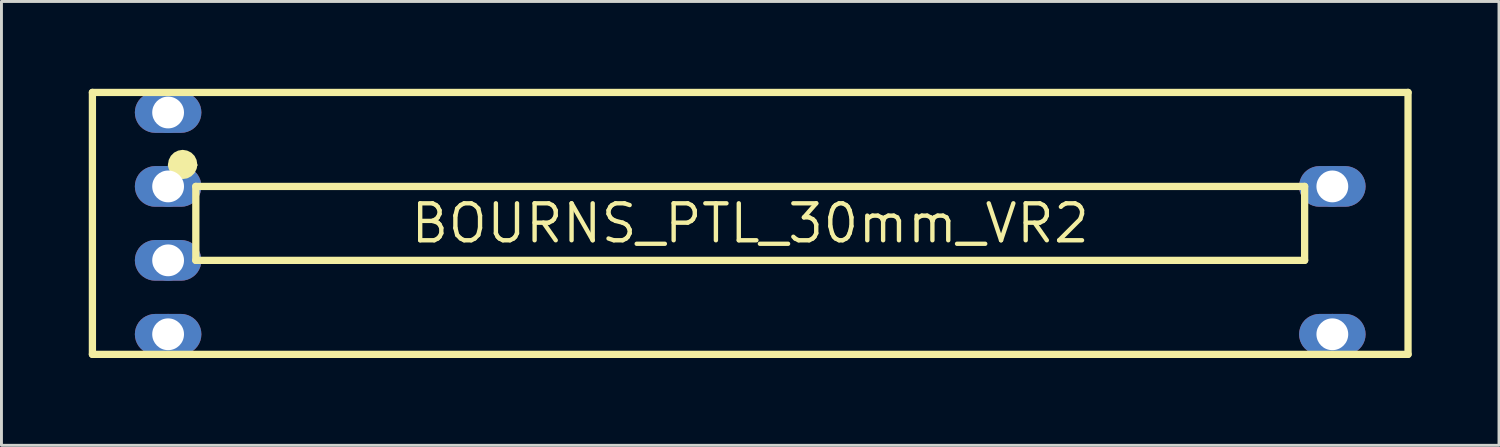
<source format=kicad_pcb>
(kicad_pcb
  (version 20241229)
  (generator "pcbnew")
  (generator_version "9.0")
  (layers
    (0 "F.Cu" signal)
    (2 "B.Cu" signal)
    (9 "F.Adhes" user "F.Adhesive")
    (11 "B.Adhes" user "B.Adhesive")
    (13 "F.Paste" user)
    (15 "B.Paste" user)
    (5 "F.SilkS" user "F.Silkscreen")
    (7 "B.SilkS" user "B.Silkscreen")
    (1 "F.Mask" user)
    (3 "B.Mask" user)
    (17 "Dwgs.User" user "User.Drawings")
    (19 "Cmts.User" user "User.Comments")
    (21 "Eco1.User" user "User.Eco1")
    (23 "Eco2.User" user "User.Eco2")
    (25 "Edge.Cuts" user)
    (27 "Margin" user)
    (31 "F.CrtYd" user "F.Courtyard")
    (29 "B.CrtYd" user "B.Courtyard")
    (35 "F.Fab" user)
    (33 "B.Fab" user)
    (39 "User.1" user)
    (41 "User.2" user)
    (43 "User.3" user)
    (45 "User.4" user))
  (footprint "BOURNS_PTL_30mm_VR2"
    (layer "F.Cu")
    (at 22.726 4.625)
    (property "Reference" "BOURNS_PTL_30mm_VR2" (at 0 0 0) (layer "F.SilkS") (effects (font (size 1.27 1.27) (thickness 0.15))))
    (fp_poly (pts (xy -19.446 -4.5) (xy -19.34 -4.474) (xy -19.239 -4.432) (xy -19.145 -4.375) (xy -19.061 -4.304) (xy -18.99 -4.221) (xy -18.933 -4.127) (xy -18.891 -4.026) (xy -18.866 -3.919) (xy -18.857 -3.81) (xy -18.866 -3.701) (xy -18.891 -3.594) (xy -18.933 -3.493) (xy -18.99 -3.399) (xy -19.061 -3.316) (xy -19.145 -3.245) (xy -19.239 -3.188) (xy -19.34 -3.146) (xy -19.446 -3.12) (xy -19.556 -3.111) (xy -20.444 -3.111) (xy -20.554 -3.12) (xy -20.66 -3.146) (xy -20.761 -3.188) (xy -20.855 -3.245) (xy -20.939 -3.316) (xy -21.01 -3.399) (xy -21.067 -3.493) (xy -21.109 -3.594) (xy -21.134 -3.701) (xy -21.143 -3.81) (xy -21.134 -3.919) (xy -21.109 -4.026) (xy -21.067 -4.127) (xy -21.01 -4.221) (xy -20.939 -4.304) (xy -20.855 -4.375) (xy -20.761 -4.432) (xy -20.66 -4.474) (xy -20.554 -4.5) (xy -20.444 -4.508) (xy -19.556 -4.508)) (stroke (width 0) (type default)) (fill yes) (layer "F.Cu"))
    (fp_poly (pts (xy -19.446 -1.96) (xy -19.34 -1.934) (xy -19.239 -1.892) (xy -19.145 -1.835) (xy -19.061 -1.764) (xy -18.99 -1.681) (xy -18.933 -1.587) (xy -18.891 -1.486) (xy -18.866 -1.379) (xy -18.857 -1.27) (xy -18.866 -1.161) (xy -18.891 -1.054) (xy -18.933 -0.953) (xy -18.99 -0.859) (xy -19.061 -0.776) (xy -19.145 -0.705) (xy -19.239 -0.648) (xy -19.34 -0.606) (xy -19.446 -0.58) (xy -19.556 -0.571) (xy -20.444 -0.571) (xy -20.554 -0.58) (xy -20.66 -0.606) (xy -20.761 -0.648) (xy -20.855 -0.705) (xy -20.939 -0.776) (xy -21.01 -0.859) (xy -21.067 -0.953) (xy -21.109 -1.054) (xy -21.134 -1.161) (xy -21.143 -1.27) (xy -21.134 -1.379) (xy -21.109 -1.486) (xy -21.067 -1.587) (xy -21.01 -1.681) (xy -20.939 -1.764) (xy -20.855 -1.835) (xy -20.761 -1.892) (xy -20.66 -1.934) (xy -20.554 -1.96) (xy -20.444 -1.969) (xy -19.556 -1.969)) (stroke (width 0) (type default)) (fill yes) (layer "F.Cu"))
    (fp_poly (pts (xy -19.446 0.58) (xy -19.34 0.606) (xy -19.239 0.648) (xy -19.145 0.705) (xy -19.061 0.776) (xy -18.99 0.859) (xy -18.933 0.953) (xy -18.891 1.054) (xy -18.866 1.161) (xy -18.857 1.27) (xy -18.866 1.379) (xy -18.891 1.486) (xy -18.933 1.587) (xy -18.99 1.681) (xy -19.061 1.764) (xy -19.145 1.835) (xy -19.239 1.892) (xy -19.34 1.934) (xy -19.446 1.96) (xy -19.556 1.969) (xy -20.444 1.969) (xy -20.554 1.96) (xy -20.66 1.934) (xy -20.761 1.892) (xy -20.855 1.835) (xy -20.939 1.764) (xy -21.01 1.681) (xy -21.067 1.587) (xy -21.109 1.486) (xy -21.134 1.379) (xy -21.143 1.27) (xy -21.134 1.161) (xy -21.109 1.054) (xy -21.067 0.953) (xy -21.01 0.859) (xy -20.939 0.776) (xy -20.855 0.705) (xy -20.761 0.648) (xy -20.66 0.606) (xy -20.554 0.58) (xy -20.444 0.571) (xy -19.556 0.571)) (stroke (width 0) (type default)) (fill yes) (layer "F.Cu"))
    (fp_poly (pts (xy -19.446 3.12) (xy -19.34 3.146) (xy -19.239 3.188) (xy -19.145 3.245) (xy -19.061 3.316) (xy -18.99 3.399) (xy -18.933 3.493) (xy -18.891 3.594) (xy -18.866 3.701) (xy -18.857 3.81) (xy -18.866 3.919) (xy -18.891 4.026) (xy -18.933 4.127) (xy -18.99 4.221) (xy -19.061 4.304) (xy -19.145 4.375) (xy -19.239 4.432) (xy -19.34 4.474) (xy -19.446 4.5) (xy -19.556 4.508) (xy -20.444 4.508) (xy -20.554 4.5) (xy -20.66 4.474) (xy -20.761 4.432) (xy -20.855 4.375) (xy -20.939 4.304) (xy -21.01 4.221) (xy -21.067 4.127) (xy -21.109 4.026) (xy -21.134 3.919) (xy -21.143 3.81) (xy -21.134 3.701) (xy -21.109 3.594) (xy -21.067 3.493) (xy -21.01 3.399) (xy -20.939 3.316) (xy -20.855 3.245) (xy -20.761 3.188) (xy -20.66 3.146) (xy -20.554 3.12) (xy -20.444 3.111) (xy -19.556 3.111)) (stroke (width 0) (type default)) (fill yes) (layer "F.Cu"))
    (fp_poly (pts (xy 20.554 -1.96) (xy 20.66 -1.934) (xy 20.761 -1.892) (xy 20.855 -1.835) (xy 20.939 -1.764) (xy 21.01 -1.681) (xy 21.067 -1.587) (xy 21.109 -1.486) (xy 21.134 -1.379) (xy 21.143 -1.27) (xy 21.134 -1.161) (xy 21.109 -1.054) (xy 21.067 -0.953) (xy 21.01 -0.859) (xy 20.939 -0.776) (xy 20.855 -0.705) (xy 20.761 -0.648) (xy 20.66 -0.606) (xy 20.554 -0.58) (xy 20.444 -0.571) (xy 19.556 -0.571) (xy 19.446 -0.58) (xy 19.34 -0.606) (xy 19.239 -0.648) (xy 19.145 -0.705) (xy 19.061 -0.776) (xy 18.99 -0.859) (xy 18.933 -0.953) (xy 18.891 -1.054) (xy 18.866 -1.161) (xy 18.857 -1.27) (xy 18.866 -1.379) (xy 18.891 -1.486) (xy 18.933 -1.587) (xy 18.99 -1.681) (xy 19.061 -1.764) (xy 19.145 -1.835) (xy 19.239 -1.892) (xy 19.34 -1.934) (xy 19.446 -1.96) (xy 19.556 -1.969) (xy 20.444 -1.969)) (stroke (width 0) (type default)) (fill yes) (layer "F.Cu"))
    (fp_poly (pts (xy 20.554 3.12) (xy 20.66 3.146) (xy 20.761 3.188) (xy 20.855 3.245) (xy 20.939 3.316) (xy 21.01 3.399) (xy 21.067 3.493) (xy 21.109 3.594) (xy 21.134 3.701) (xy 21.143 3.81) (xy 21.134 3.919) (xy 21.109 4.026) (xy 21.067 4.127) (xy 21.01 4.221) (xy 20.939 4.304) (xy 20.855 4.375) (xy 20.761 4.432) (xy 20.66 4.474) (xy 20.554 4.5) (xy 20.444 4.508) (xy 19.556 4.508) (xy 19.446 4.5) (xy 19.34 4.474) (xy 19.239 4.432) (xy 19.145 4.375) (xy 19.061 4.304) (xy 18.99 4.221) (xy 18.933 4.127) (xy 18.891 4.026) (xy 18.866 3.919) (xy 18.857 3.81) (xy 18.866 3.701) (xy 18.891 3.594) (xy 18.933 3.493) (xy 18.99 3.399) (xy 19.061 3.316) (xy 19.145 3.245) (xy 19.239 3.188) (xy 19.34 3.146) (xy 19.446 3.12) (xy 19.556 3.111) (xy 20.444 3.111)) (stroke (width 0) (type default)) (fill yes) (layer "F.Cu"))
    (fp_poly (pts (xy -19.43 -4.601) (xy -19.308 -4.572) (xy -19.192 -4.524) (xy -19.084 -4.458) (xy -18.989 -4.377) (xy -18.907 -4.281) (xy -18.842 -4.173) (xy -18.794 -4.057) (xy -18.764 -3.935) (xy -18.754 -3.81) (xy -18.764 -3.685) (xy -18.794 -3.563) (xy -18.842 -3.447) (xy -18.907 -3.339) (xy -18.989 -3.243) (xy -19.084 -3.162) (xy -19.192 -3.096) (xy -19.308 -3.048) (xy -19.43 -3.019) (xy -19.556 -3.009) (xy -20.444 -3.009) (xy -20.57 -3.019) (xy -20.692 -3.048) (xy -20.808 -3.096) (xy -20.916 -3.162) (xy -21.011 -3.243) (xy -21.093 -3.339) (xy -21.158 -3.447) (xy -21.206 -3.563) (xy -21.236 -3.685) (xy -21.246 -3.81) (xy -21.236 -3.935) (xy -21.206 -4.057) (xy -21.158 -4.173) (xy -21.093 -4.281) (xy -21.011 -4.377) (xy -20.916 -4.458) (xy -20.808 -4.524) (xy -20.692 -4.572) (xy -20.57 -4.601) (xy -20.444 -4.611) (xy -19.556 -4.611)) (stroke (width 0) (type default)) (fill yes) (layer "F.Mask"))
    (fp_poly (pts (xy -19.43 -2.061) (xy -19.308 -2.032) (xy -19.192 -1.984) (xy -19.084 -1.918) (xy -18.989 -1.837) (xy -18.907 -1.741) (xy -18.842 -1.633) (xy -18.794 -1.517) (xy -18.764 -1.395) (xy -18.754 -1.27) (xy -18.764 -1.145) (xy -18.794 -1.023) (xy -18.842 -0.907) (xy -18.907 -0.799) (xy -18.989 -0.703) (xy -19.084 -0.622) (xy -19.192 -0.556) (xy -19.308 -0.508) (xy -19.43 -0.479) (xy -19.556 -0.469) (xy -20.444 -0.469) (xy -20.57 -0.479) (xy -20.692 -0.508) (xy -20.808 -0.556) (xy -20.916 -0.622) (xy -21.011 -0.703) (xy -21.093 -0.799) (xy -21.158 -0.907) (xy -21.206 -1.023) (xy -21.236 -1.145) (xy -21.246 -1.27) (xy -21.236 -1.395) (xy -21.206 -1.517) (xy -21.158 -1.633) (xy -21.093 -1.741) (xy -21.011 -1.837) (xy -20.916 -1.918) (xy -20.808 -1.984) (xy -20.692 -2.032) (xy -20.57 -2.061) (xy -20.444 -2.071) (xy -19.556 -2.071)) (stroke (width 0) (type default)) (fill yes) (layer "F.Mask"))
    (fp_poly (pts (xy -19.43 0.479) (xy -19.308 0.508) (xy -19.192 0.556) (xy -19.084 0.622) (xy -18.989 0.703) (xy -18.907 0.799) (xy -18.842 0.907) (xy -18.794 1.023) (xy -18.764 1.145) (xy -18.754 1.27) (xy -18.764 1.395) (xy -18.794 1.517) (xy -18.842 1.633) (xy -18.907 1.741) (xy -18.989 1.837) (xy -19.084 1.918) (xy -19.192 1.984) (xy -19.308 2.032) (xy -19.43 2.061) (xy -19.556 2.071) (xy -20.444 2.071) (xy -20.57 2.061) (xy -20.692 2.032) (xy -20.808 1.984) (xy -20.916 1.918) (xy -21.011 1.837) (xy -21.093 1.741) (xy -21.158 1.633) (xy -21.206 1.517) (xy -21.236 1.395) (xy -21.246 1.27) (xy -21.236 1.145) (xy -21.206 1.023) (xy -21.158 0.907) (xy -21.093 0.799) (xy -21.011 0.703) (xy -20.916 0.622) (xy -20.808 0.556) (xy -20.692 0.508) (xy -20.57 0.479) (xy -20.444 0.469) (xy -19.556 0.469)) (stroke (width 0) (type default)) (fill yes) (layer "F.Mask"))
    (fp_poly (pts (xy -19.43 3.019) (xy -19.308 3.048) (xy -19.192 3.096) (xy -19.084 3.162) (xy -18.989 3.243) (xy -18.907 3.339) (xy -18.842 3.447) (xy -18.794 3.563) (xy -18.764 3.685) (xy -18.754 3.81) (xy -18.764 3.935) (xy -18.794 4.057) (xy -18.842 4.173) (xy -18.907 4.281) (xy -18.989 4.377) (xy -19.084 4.458) (xy -19.192 4.524) (xy -19.308 4.572) (xy -19.43 4.601) (xy -19.556 4.611) (xy -20.444 4.611) (xy -20.57 4.601) (xy -20.692 4.572) (xy -20.808 4.524) (xy -20.916 4.458) (xy -21.011 4.377) (xy -21.093 4.281) (xy -21.158 4.173) (xy -21.206 4.057) (xy -21.236 3.935) (xy -21.246 3.81) (xy -21.236 3.685) (xy -21.206 3.563) (xy -21.158 3.447) (xy -21.093 3.339) (xy -21.011 3.243) (xy -20.916 3.162) (xy -20.808 3.096) (xy -20.692 3.048) (xy -20.57 3.019) (xy -20.444 3.009) (xy -19.556 3.009)) (stroke (width 0) (type default)) (fill yes) (layer "F.Mask"))
    (fp_poly (pts (xy 20.57 -2.061) (xy 20.692 -2.032) (xy 20.808 -1.984) (xy 20.916 -1.918) (xy 21.011 -1.837) (xy 21.093 -1.741) (xy 21.158 -1.633) (xy 21.206 -1.517) (xy 21.236 -1.395) (xy 21.246 -1.27) (xy 21.236 -1.145) (xy 21.206 -1.023) (xy 21.158 -0.907) (xy 21.093 -0.799) (xy 21.011 -0.703) (xy 20.916 -0.622) (xy 20.808 -0.556) (xy 20.692 -0.508) (xy 20.57 -0.479) (xy 20.444 -0.469) (xy 19.556 -0.469) (xy 19.43 -0.479) (xy 19.308 -0.508) (xy 19.192 -0.556) (xy 19.084 -0.622) (xy 18.989 -0.703) (xy 18.907 -0.799) (xy 18.842 -0.907) (xy 18.794 -1.023) (xy 18.764 -1.145) (xy 18.754 -1.27) (xy 18.764 -1.395) (xy 18.794 -1.517) (xy 18.842 -1.633) (xy 18.907 -1.741) (xy 18.989 -1.837) (xy 19.084 -1.918) (xy 19.192 -1.984) (xy 19.308 -2.032) (xy 19.43 -2.061) (xy 19.556 -2.071) (xy 20.444 -2.071)) (stroke (width 0) (type default)) (fill yes) (layer "F.Mask"))
    (fp_poly (pts (xy 20.57 3.019) (xy 20.692 3.048) (xy 20.808 3.096) (xy 20.916 3.162) (xy 21.011 3.243) (xy 21.093 3.339) (xy 21.158 3.447) (xy 21.206 3.563) (xy 21.236 3.685) (xy 21.246 3.81) (xy 21.236 3.935) (xy 21.206 4.057) (xy 21.158 4.173) (xy 21.093 4.281) (xy 21.011 4.377) (xy 20.916 4.458) (xy 20.808 4.524) (xy 20.692 4.572) (xy 20.57 4.601) (xy 20.444 4.611) (xy 19.556 4.611) (xy 19.43 4.601) (xy 19.308 4.572) (xy 19.192 4.524) (xy 19.084 4.458) (xy 18.989 4.377) (xy 18.907 4.281) (xy 18.842 4.173) (xy 18.794 4.057) (xy 18.764 3.935) (xy 18.754 3.81) (xy 18.764 3.685) (xy 18.794 3.563) (xy 18.842 3.447) (xy 18.907 3.339) (xy 18.989 3.243) (xy 19.084 3.162) (xy 19.192 3.096) (xy 19.308 3.048) (xy 19.43 3.019) (xy 19.556 3.009) (xy 20.444 3.009)) (stroke (width 0) (type default)) (fill yes) (layer "F.Mask"))
    (fp_poly (pts (xy -19.446 -4.5) (xy -19.34 -4.474) (xy -19.239 -4.432) (xy -19.145 -4.375) (xy -19.061 -4.304) (xy -18.99 -4.221) (xy -18.933 -4.127) (xy -18.891 -4.026) (xy -18.866 -3.919) (xy -18.857 -3.81) (xy -18.866 -3.701) (xy -18.891 -3.594) (xy -18.933 -3.493) (xy -18.99 -3.399) (xy -19.061 -3.316) (xy -19.145 -3.245) (xy -19.239 -3.188) (xy -19.34 -3.146) (xy -19.446 -3.12) (xy -19.556 -3.111) (xy -20.444 -3.111) (xy -20.554 -3.12) (xy -20.66 -3.146) (xy -20.761 -3.188) (xy -20.855 -3.245) (xy -20.939 -3.316) (xy -21.01 -3.399) (xy -21.067 -3.493) (xy -21.109 -3.594) (xy -21.134 -3.701) (xy -21.143 -3.81) (xy -21.134 -3.919) (xy -21.109 -4.026) (xy -21.067 -4.127) (xy -21.01 -4.221) (xy -20.939 -4.304) (xy -20.855 -4.375) (xy -20.761 -4.432) (xy -20.66 -4.474) (xy -20.554 -4.5) (xy -20.444 -4.508) (xy -19.556 -4.508)) (stroke (width 0) (type default)) (fill yes) (layer "B.Cu"))
    (fp_poly (pts (xy -19.446 -1.96) (xy -19.34 -1.934) (xy -19.239 -1.892) (xy -19.145 -1.835) (xy -19.061 -1.764) (xy -18.99 -1.681) (xy -18.933 -1.587) (xy -18.891 -1.486) (xy -18.866 -1.379) (xy -18.857 -1.27) (xy -18.866 -1.161) (xy -18.891 -1.054) (xy -18.933 -0.953) (xy -18.99 -0.859) (xy -19.061 -0.776) (xy -19.145 -0.705) (xy -19.239 -0.648) (xy -19.34 -0.606) (xy -19.446 -0.58) (xy -19.556 -0.571) (xy -20.444 -0.571) (xy -20.554 -0.58) (xy -20.66 -0.606) (xy -20.761 -0.648) (xy -20.855 -0.705) (xy -20.939 -0.776) (xy -21.01 -0.859) (xy -21.067 -0.953) (xy -21.109 -1.054) (xy -21.134 -1.161) (xy -21.143 -1.27) (xy -21.134 -1.379) (xy -21.109 -1.486) (xy -21.067 -1.587) (xy -21.01 -1.681) (xy -20.939 -1.764) (xy -20.855 -1.835) (xy -20.761 -1.892) (xy -20.66 -1.934) (xy -20.554 -1.96) (xy -20.444 -1.969) (xy -19.556 -1.969)) (stroke (width 0) (type default)) (fill yes) (layer "B.Cu"))
    (fp_poly (pts (xy -19.446 0.58) (xy -19.34 0.606) (xy -19.239 0.648) (xy -19.145 0.705) (xy -19.061 0.776) (xy -18.99 0.859) (xy -18.933 0.953) (xy -18.891 1.054) (xy -18.866 1.161) (xy -18.857 1.27) (xy -18.866 1.379) (xy -18.891 1.486) (xy -18.933 1.587) (xy -18.99 1.681) (xy -19.061 1.764) (xy -19.145 1.835) (xy -19.239 1.892) (xy -19.34 1.934) (xy -19.446 1.96) (xy -19.556 1.969) (xy -20.444 1.969) (xy -20.554 1.96) (xy -20.66 1.934) (xy -20.761 1.892) (xy -20.855 1.835) (xy -20.939 1.764) (xy -21.01 1.681) (xy -21.067 1.587) (xy -21.109 1.486) (xy -21.134 1.379) (xy -21.143 1.27) (xy -21.134 1.161) (xy -21.109 1.054) (xy -21.067 0.953) (xy -21.01 0.859) (xy -20.939 0.776) (xy -20.855 0.705) (xy -20.761 0.648) (xy -20.66 0.606) (xy -20.554 0.58) (xy -20.444 0.571) (xy -19.556 0.571)) (stroke (width 0) (type default)) (fill yes) (layer "B.Cu"))
    (fp_poly (pts (xy -19.446 3.12) (xy -19.34 3.146) (xy -19.239 3.188) (xy -19.145 3.245) (xy -19.061 3.316) (xy -18.99 3.399) (xy -18.933 3.493) (xy -18.891 3.594) (xy -18.866 3.701) (xy -18.857 3.81) (xy -18.866 3.919) (xy -18.891 4.026) (xy -18.933 4.127) (xy -18.99 4.221) (xy -19.061 4.304) (xy -19.145 4.375) (xy -19.239 4.432) (xy -19.34 4.474) (xy -19.446 4.5) (xy -19.556 4.508) (xy -20.444 4.508) (xy -20.554 4.5) (xy -20.66 4.474) (xy -20.761 4.432) (xy -20.855 4.375) (xy -20.939 4.304) (xy -21.01 4.221) (xy -21.067 4.127) (xy -21.109 4.026) (xy -21.134 3.919) (xy -21.143 3.81) (xy -21.134 3.701) (xy -21.109 3.594) (xy -21.067 3.493) (xy -21.01 3.399) (xy -20.939 3.316) (xy -20.855 3.245) (xy -20.761 3.188) (xy -20.66 3.146) (xy -20.554 3.12) (xy -20.444 3.111) (xy -19.556 3.111)) (stroke (width 0) (type default)) (fill yes) (layer "B.Cu"))
    (fp_poly (pts (xy 20.554 -1.96) (xy 20.66 -1.934) (xy 20.761 -1.892) (xy 20.855 -1.835) (xy 20.939 -1.764) (xy 21.01 -1.681) (xy 21.067 -1.587) (xy 21.109 -1.486) (xy 21.134 -1.379) (xy 21.143 -1.27) (xy 21.134 -1.161) (xy 21.109 -1.054) (xy 21.067 -0.953) (xy 21.01 -0.859) (xy 20.939 -0.776) (xy 20.855 -0.705) (xy 20.761 -0.648) (xy 20.66 -0.606) (xy 20.554 -0.58) (xy 20.444 -0.571) (xy 19.556 -0.571) (xy 19.446 -0.58) (xy 19.34 -0.606) (xy 19.239 -0.648) (xy 19.145 -0.705) (xy 19.061 -0.776) (xy 18.99 -0.859) (xy 18.933 -0.953) (xy 18.891 -1.054) (xy 18.866 -1.161) (xy 18.857 -1.27) (xy 18.866 -1.379) (xy 18.891 -1.486) (xy 18.933 -1.587) (xy 18.99 -1.681) (xy 19.061 -1.764) (xy 19.145 -1.835) (xy 19.239 -1.892) (xy 19.34 -1.934) (xy 19.446 -1.96) (xy 19.556 -1.969) (xy 20.444 -1.969)) (stroke (width 0) (type default)) (fill yes) (layer "B.Cu"))
    (fp_poly (pts (xy 20.554 3.12) (xy 20.66 3.146) (xy 20.761 3.188) (xy 20.855 3.245) (xy 20.939 3.316) (xy 21.01 3.399) (xy 21.067 3.493) (xy 21.109 3.594) (xy 21.134 3.701) (xy 21.143 3.81) (xy 21.134 3.919) (xy 21.109 4.026) (xy 21.067 4.127) (xy 21.01 4.221) (xy 20.939 4.304) (xy 20.855 4.375) (xy 20.761 4.432) (xy 20.66 4.474) (xy 20.554 4.5) (xy 20.444 4.508) (xy 19.556 4.508) (xy 19.446 4.5) (xy 19.34 4.474) (xy 19.239 4.432) (xy 19.145 4.375) (xy 19.061 4.304) (xy 18.99 4.221) (xy 18.933 4.127) (xy 18.891 4.026) (xy 18.866 3.919) (xy 18.857 3.81) (xy 18.866 3.701) (xy 18.891 3.594) (xy 18.933 3.493) (xy 18.99 3.399) (xy 19.061 3.316) (xy 19.145 3.245) (xy 19.239 3.188) (xy 19.34 3.146) (xy 19.446 3.12) (xy 19.556 3.111) (xy 20.444 3.111)) (stroke (width 0) (type default)) (fill yes) (layer "B.Cu"))
    (fp_poly (pts (xy -19.43 -4.601) (xy -19.308 -4.572) (xy -19.192 -4.524) (xy -19.084 -4.458) (xy -18.989 -4.377) (xy -18.907 -4.281) (xy -18.842 -4.173) (xy -18.794 -4.057) (xy -18.764 -3.935) (xy -18.754 -3.81) (xy -18.764 -3.685) (xy -18.794 -3.563) (xy -18.842 -3.447) (xy -18.907 -3.339) (xy -18.989 -3.243) (xy -19.084 -3.162) (xy -19.192 -3.096) (xy -19.308 -3.048) (xy -19.43 -3.019) (xy -19.556 -3.009) (xy -20.444 -3.009) (xy -20.57 -3.019) (xy -20.692 -3.048) (xy -20.808 -3.096) (xy -20.916 -3.162) (xy -21.011 -3.243) (xy -21.093 -3.339) (xy -21.158 -3.447) (xy -21.206 -3.563) (xy -21.236 -3.685) (xy -21.246 -3.81) (xy -21.236 -3.935) (xy -21.206 -4.057) (xy -21.158 -4.173) (xy -21.093 -4.281) (xy -21.011 -4.377) (xy -20.916 -4.458) (xy -20.808 -4.524) (xy -20.692 -4.572) (xy -20.57 -4.601) (xy -20.444 -4.611) (xy -19.556 -4.611)) (stroke (width 0) (type default)) (fill yes) (layer "B.Mask"))
    (fp_poly (pts (xy -19.43 -2.061) (xy -19.308 -2.032) (xy -19.192 -1.984) (xy -19.084 -1.918) (xy -18.989 -1.837) (xy -18.907 -1.741) (xy -18.842 -1.633) (xy -18.794 -1.517) (xy -18.764 -1.395) (xy -18.754 -1.27) (xy -18.764 -1.145) (xy -18.794 -1.023) (xy -18.842 -0.907) (xy -18.907 -0.799) (xy -18.989 -0.703) (xy -19.084 -0.622) (xy -19.192 -0.556) (xy -19.308 -0.508) (xy -19.43 -0.479) (xy -19.556 -0.469) (xy -20.444 -0.469) (xy -20.57 -0.479) (xy -20.692 -0.508) (xy -20.808 -0.556) (xy -20.916 -0.622) (xy -21.011 -0.703) (xy -21.093 -0.799) (xy -21.158 -0.907) (xy -21.206 -1.023) (xy -21.236 -1.145) (xy -21.246 -1.27) (xy -21.236 -1.395) (xy -21.206 -1.517) (xy -21.158 -1.633) (xy -21.093 -1.741) (xy -21.011 -1.837) (xy -20.916 -1.918) (xy -20.808 -1.984) (xy -20.692 -2.032) (xy -20.57 -2.061) (xy -20.444 -2.071) (xy -19.556 -2.071)) (stroke (width 0) (type default)) (fill yes) (layer "B.Mask"))
    (fp_poly (pts (xy -19.43 0.479) (xy -19.308 0.508) (xy -19.192 0.556) (xy -19.084 0.622) (xy -18.989 0.703) (xy -18.907 0.799) (xy -18.842 0.907) (xy -18.794 1.023) (xy -18.764 1.145) (xy -18.754 1.27) (xy -18.764 1.395) (xy -18.794 1.517) (xy -18.842 1.633) (xy -18.907 1.741) (xy -18.989 1.837) (xy -19.084 1.918) (xy -19.192 1.984) (xy -19.308 2.032) (xy -19.43 2.061) (xy -19.556 2.071) (xy -20.444 2.071) (xy -20.57 2.061) (xy -20.692 2.032) (xy -20.808 1.984) (xy -20.916 1.918) (xy -21.011 1.837) (xy -21.093 1.741) (xy -21.158 1.633) (xy -21.206 1.517) (xy -21.236 1.395) (xy -21.246 1.27) (xy -21.236 1.145) (xy -21.206 1.023) (xy -21.158 0.907) (xy -21.093 0.799) (xy -21.011 0.703) (xy -20.916 0.622) (xy -20.808 0.556) (xy -20.692 0.508) (xy -20.57 0.479) (xy -20.444 0.469) (xy -19.556 0.469)) (stroke (width 0) (type default)) (fill yes) (layer "B.Mask"))
    (fp_poly (pts (xy -19.43 3.019) (xy -19.308 3.048) (xy -19.192 3.096) (xy -19.084 3.162) (xy -18.989 3.243) (xy -18.907 3.339) (xy -18.842 3.447) (xy -18.794 3.563) (xy -18.764 3.685) (xy -18.754 3.81) (xy -18.764 3.935) (xy -18.794 4.057) (xy -18.842 4.173) (xy -18.907 4.281) (xy -18.989 4.377) (xy -19.084 4.458) (xy -19.192 4.524) (xy -19.308 4.572) (xy -19.43 4.601) (xy -19.556 4.611) (xy -20.444 4.611) (xy -20.57 4.601) (xy -20.692 4.572) (xy -20.808 4.524) (xy -20.916 4.458) (xy -21.011 4.377) (xy -21.093 4.281) (xy -21.158 4.173) (xy -21.206 4.057) (xy -21.236 3.935) (xy -21.246 3.81) (xy -21.236 3.685) (xy -21.206 3.563) (xy -21.158 3.447) (xy -21.093 3.339) (xy -21.011 3.243) (xy -20.916 3.162) (xy -20.808 3.096) (xy -20.692 3.048) (xy -20.57 3.019) (xy -20.444 3.009) (xy -19.556 3.009)) (stroke (width 0) (type default)) (fill yes) (layer "B.Mask"))
    (fp_poly (pts (xy 20.57 -2.061) (xy 20.692 -2.032) (xy 20.808 -1.984) (xy 20.916 -1.918) (xy 21.011 -1.837) (xy 21.093 -1.741) (xy 21.158 -1.633) (xy 21.206 -1.517) (xy 21.236 -1.395) (xy 21.246 -1.27) (xy 21.236 -1.145) (xy 21.206 -1.023) (xy 21.158 -0.907) (xy 21.093 -0.799) (xy 21.011 -0.703) (xy 20.916 -0.622) (xy 20.808 -0.556) (xy 20.692 -0.508) (xy 20.57 -0.479) (xy 20.444 -0.469) (xy 19.556 -0.469) (xy 19.43 -0.479) (xy 19.308 -0.508) (xy 19.192 -0.556) (xy 19.084 -0.622) (xy 18.989 -0.703) (xy 18.907 -0.799) (xy 18.842 -0.907) (xy 18.794 -1.023) (xy 18.764 -1.145) (xy 18.754 -1.27) (xy 18.764 -1.395) (xy 18.794 -1.517) (xy 18.842 -1.633) (xy 18.907 -1.741) (xy 18.989 -1.837) (xy 19.084 -1.918) (xy 19.192 -1.984) (xy 19.308 -2.032) (xy 19.43 -2.061) (xy 19.556 -2.071) (xy 20.444 -2.071)) (stroke (width 0) (type default)) (fill yes) (layer "B.Mask"))
    (fp_poly (pts (xy 20.57 3.019) (xy 20.692 3.048) (xy 20.808 3.096) (xy 20.916 3.162) (xy 21.011 3.243) (xy 21.093 3.339) (xy 21.158 3.447) (xy 21.206 3.563) (xy 21.236 3.685) (xy 21.246 3.81) (xy 21.236 3.935) (xy 21.206 4.057) (xy 21.158 4.173) (xy 21.093 4.281) (xy 21.011 4.377) (xy 20.916 4.458) (xy 20.808 4.524) (xy 20.692 4.572) (xy 20.57 4.601) (xy 20.444 4.611) (xy 19.556 4.611) (xy 19.43 4.601) (xy 19.308 4.572) (xy 19.192 4.524) (xy 19.084 4.458) (xy 18.989 4.377) (xy 18.907 4.281) (xy 18.842 4.173) (xy 18.794 4.057) (xy 18.764 3.935) (xy 18.754 3.81) (xy 18.764 3.685) (xy 18.794 3.563) (xy 18.842 3.447) (xy 18.907 3.339) (xy 18.989 3.243) (xy 19.084 3.162) (xy 19.192 3.096) (xy 19.308 3.048) (xy 19.43 3.019) (xy 19.556 3.009) (xy 20.444 3.009)) (stroke (width 0) (type default)) (fill yes) (layer "B.Mask"))
    (fp_line (start -22.601 -4.5) (end -22.601 4.5) (stroke (width 0.25) (type solid)) (layer "F.SilkS"))
    (fp_line (start -22.601 -4.5) (end 22.601 -4.5) (stroke (width 0.25) (type solid)) (layer "F.SilkS"))
    (fp_line (start -22.601 4.5) (end 22.601 4.5) (stroke (width 0.25) (type solid)) (layer "F.SilkS"))
    (fp_line (start -19.048 1.27) (end -19.048 -1.27) (stroke (width 0.25) (type solid)) (layer "F.SilkS"))
    (fp_line (start -19.048 1.27) (end 19.048 1.27) (stroke (width 0.25) (type solid)) (layer "F.SilkS"))
    (fp_line (start 19.048 -1.27) (end -19.048 -1.27) (stroke (width 0.25) (type solid)) (layer "F.SilkS"))
    (fp_line (start 19.048 -1.27) (end 19.048 1.27) (stroke (width 0.25) (type solid)) (layer "F.SilkS"))
    (fp_line (start 22.601 -4.5) (end 22.601 4.5) (stroke (width 0.25) (type solid)) (layer "F.SilkS"))
    (fp_poly (pts (xy -19.37 -2.243) (xy -19.248 -2.223) (xy -19.141 -2.187) (xy -19.044 -2.125) (xy -18.986 -2) (xy -19.043 -1.876) (xy -19.14 -1.812) (xy -19.249 -1.777) (xy -19.37 -1.757) (xy -19.5 -1.75) (xy -19.631 -1.757) (xy -19.752 -1.777) (xy -19.859 -1.812) (xy -19.957 -1.876) (xy -20.015 -2) (xy -19.957 -2.125) (xy -19.859 -2.187) (xy -19.753 -2.223) (xy -19.631 -2.243) (xy -19.5 -2.25)) (stroke (width 0) (type default)) (fill yes) (layer "F.SilkS"))
    (fp_poly (pts (xy -19.345 -2.501) (xy -19.205 -2.431) (xy -19.093 -2.32) (xy -19.022 -2.179) (xy -18.998 -2.024) (xy -19.022 -1.869) (xy -19.093 -1.729) (xy -19.205 -1.619) (xy -19.345 -1.547) (xy -19.5 -1.523) (xy -19.656 -1.547) (xy -19.797 -1.619) (xy -19.907 -1.729) (xy -19.979 -1.869) (xy -20.003 -2.024) (xy -19.979 -2.179) (xy -19.907 -2.32) (xy -19.796 -2.431) (xy -19.656 -2.501) (xy -19.5 -2.527)) (stroke (width 0) (type default)) (fill yes) (layer "F.SilkS"))
    (pad "1" thru_hole circle (at -20 -1.27) (size 1.397 1.397) (drill 1.092) (layers "*.Cu"))
    (pad "2" thru_hole circle (at -20 -3.81) (size 1.397 1.397) (drill 1.092) (layers "*.Cu"))
    (pad "3" thru_hole circle (at 20 -1.27) (size 1.397 1.397) (drill 1.092) (layers "*.Cu"))
    (pad "4" thru_hole circle (at -20 1.27) (size 1.397 1.397) (drill 1.092) (layers "*.Cu"))
    (pad "5" thru_hole circle (at 20 3.81) (size 1.397 1.397) (drill 1.092) (layers "*.Cu"))
    (pad "6" thru_hole circle (at -20 3.81) (size 1.397 1.397) (drill 1.092) (layers "*.Cu")))
  (gr_rect
    (start -3 -3)
    (end 48.452 12.25)
    (stroke (width 0.1) (type default))
    (fill no)
    (layer "Edge.Cuts")))
</source>
